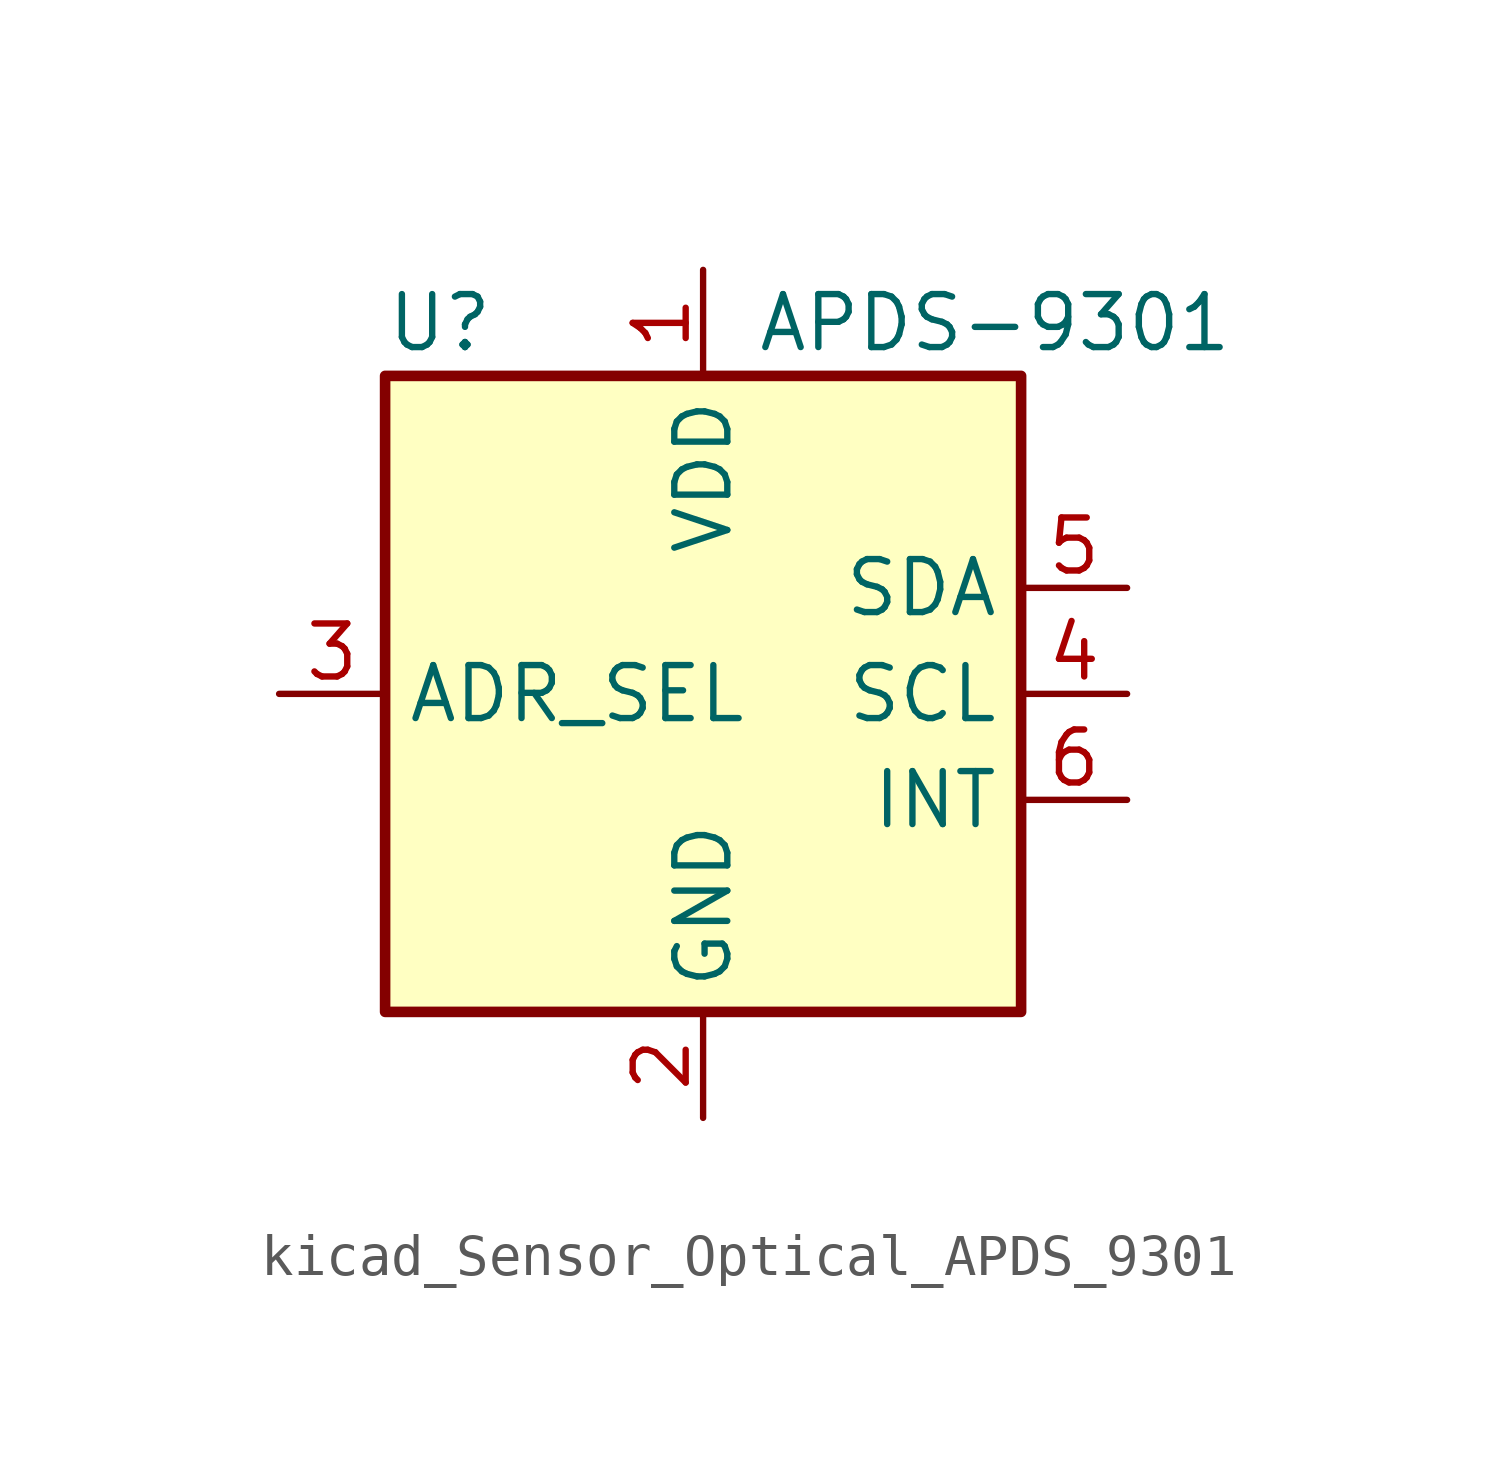
<source format=kicad_sym>
(kicad_symbol_lib
  (version 20220914)
  (generator kicad_symbol_editor)
  (symbol "kicad_Sensor_Optical_APDS_9301"
    (property "Reference" "U"
      (at -7.62 8.89 0)
      (effects (font (size 1.27 1.27)) (justify left)))
    (property "Value" "APDS-9301"
      (at 1.27 8.89 0)
      (effects (font (size 1.27 1.27)) (justify left)))
    (symbol "kicad_Sensor_Optical_APDS_9301_0_1"
      (rectangle (start -7.62 7.62) (end 7.62 -7.62) (stroke (width 0.254) (type default)) (fill (type background))))
    (symbol "kicad_Sensor_Optical_APDS_9301_1_1"
      (pin power_in line (at 0 10.16 270) (length 2.54) (name "VDD" (effects (font (size 1.27 1.27)))) (number "1" (effects (font (size 1.27 1.27)))))
      (pin power_in line (at 0 -10.16 90) (length 2.54) (name "GND" (effects (font (size 1.27 1.27)))) (number "2" (effects (font (size 1.27 1.27)))))
      (pin input line (at -10.16 0 0) (length 2.54) (name "ADR_SEL" (effects (font (size 1.27 1.27)))) (number "3" (effects (font (size 1.27 1.27)))))
      (pin input line (at 10.16 0 180) (length 2.54) (name "SCL" (effects (font (size 1.27 1.27)))) (number "4" (effects (font (size 1.27 1.27)))))
      (pin bidirectional line (at 10.16 2.54 180) (length 2.54) (name "SDA" (effects (font (size 1.27 1.27)))) (number "5" (effects (font (size 1.27 1.27)))))
      (pin open_collector line (at 10.16 -2.54 180) (length 2.54) (name "INT" (effects (font (size 1.27 1.27)))) (number "6" (effects (font (size 1.27 1.27))))))))
</source>
